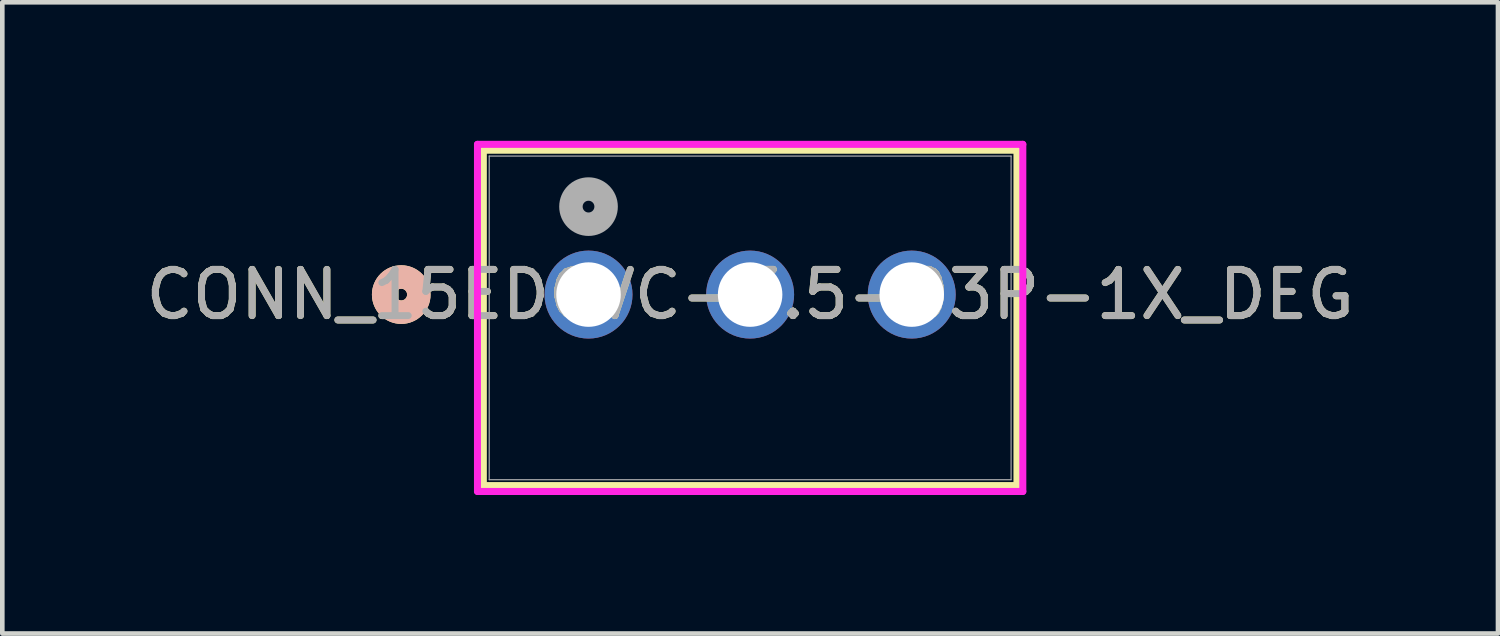
<source format=kicad_pcb>
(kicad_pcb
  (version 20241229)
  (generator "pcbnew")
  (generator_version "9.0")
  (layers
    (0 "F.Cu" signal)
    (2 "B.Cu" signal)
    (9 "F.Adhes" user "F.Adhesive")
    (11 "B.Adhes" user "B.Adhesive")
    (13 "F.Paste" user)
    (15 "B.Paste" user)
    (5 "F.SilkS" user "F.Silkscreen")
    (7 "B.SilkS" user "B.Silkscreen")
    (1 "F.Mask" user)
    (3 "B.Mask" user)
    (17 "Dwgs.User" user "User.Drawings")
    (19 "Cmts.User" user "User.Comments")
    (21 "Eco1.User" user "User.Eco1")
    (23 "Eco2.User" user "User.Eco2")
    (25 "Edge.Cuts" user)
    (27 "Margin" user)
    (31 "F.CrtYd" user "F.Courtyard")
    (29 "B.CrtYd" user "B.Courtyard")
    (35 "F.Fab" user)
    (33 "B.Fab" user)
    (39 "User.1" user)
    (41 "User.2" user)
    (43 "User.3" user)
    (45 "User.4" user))
  (footprint "CONN_15EDGVC-3.5-03P-1X_DEG"
    (layer "F.Cu")
    (at 9.696 3.33)
    (property "Reference" "CONN_15EDGVC-3.5-03P-1X_DEG" (at 3.5 0 0) (unlocked yes) (layer "F.SilkS") (effects (font (size 1 1) (thickness 0.15))))
    (attr through_hole)
    (fp_line (start -2.278 -3.127) (end -2.278 4.137) (stroke (width 0.152) (type solid)) (layer "F.SilkS"))
    (fp_line (start -2.278 4.137) (end 9.279 4.137) (stroke (width 0.152) (type solid)) (layer "F.SilkS"))
    (fp_line (start 9.279 -3.127) (end -2.278 -3.127) (stroke (width 0.152) (type solid)) (layer "F.SilkS"))
    (fp_line (start 9.279 4.137) (end 9.279 -3.127) (stroke (width 0.152) (type solid)) (layer "F.SilkS"))
    (fp_circle (center -4.056 0) (end -3.675 0) (stroke (width 0.508) (type solid)) (fill no) (layer "F.SilkS"))
    (fp_circle (center -4.056 0) (end -3.675 0) (stroke (width 0.508) (type solid)) (fill no) (layer "B.SilkS"))
    (fp_line (start -2.405 -3.254) (end -2.405 4.264) (stroke (width 0.152) (type solid)) (layer "F.CrtYd"))
    (fp_line (start -2.405 4.264) (end 9.406 4.264) (stroke (width 0.152) (type solid)) (layer "F.CrtYd"))
    (fp_line (start 9.406 -3.254) (end -2.405 -3.254) (stroke (width 0.152) (type solid)) (layer "F.CrtYd"))
    (fp_line (start 9.406 4.264) (end 9.406 -3.254) (stroke (width 0.152) (type solid)) (layer "F.CrtYd"))
    (fp_line (start -2.151 -3) (end -2.151 4.01) (stroke (width 0.025) (type solid)) (layer "F.Fab"))
    (fp_line (start -2.151 4.01) (end 9.152 4.01) (stroke (width 0.025) (type solid)) (layer "F.Fab"))
    (fp_line (start 9.152 -3) (end -2.151 -3) (stroke (width 0.025) (type solid)) (layer "F.Fab"))
    (fp_line (start 9.152 4.01) (end 9.152 -3) (stroke (width 0.025) (type solid)) (layer "F.Fab"))
    (fp_circle (center 0 -1.905) (end 0.381 -1.905) (stroke (width 0.508) (type solid)) (fill no) (layer "F.Fab"))
    (fp_text user "${REFERENCE}" (at 3.5 0 0) (unlocked yes) (layer "F.Fab") (effects (font (size 1 1) (thickness 0.15))))
    (pad "1" thru_hole circle (at 0 0) (size 1.905 1.905) (drill 1.397) (layers "*.Cu" "*.Mask"))
    (pad "2" thru_hole circle (at 3.5 0) (size 1.905 1.905) (drill 1.397) (layers "*.Cu" "*.Mask"))
    (pad "3" thru_hole circle (at 7 0) (size 1.905 1.905) (drill 1.397) (layers "*.Cu" "*.Mask")))
  (gr_rect
    (start -3 -3)
    (end 29.393 10.671)
    (stroke (width 0.1) (type default))
    (fill no)
    (layer "Edge.Cuts")))
</source>
